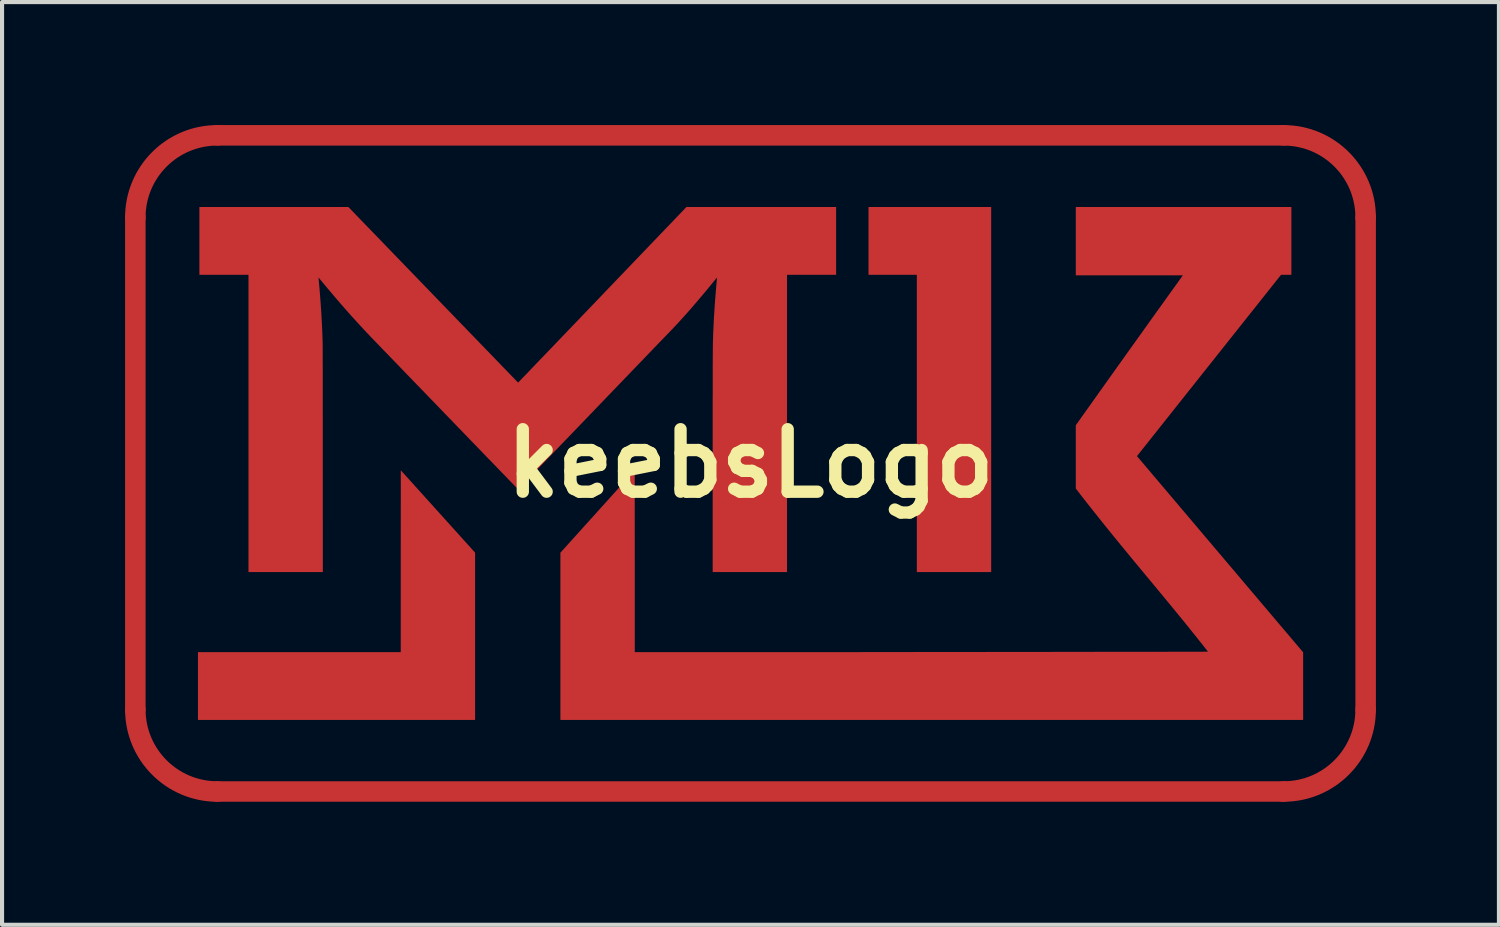
<source format=kicad_pcb>
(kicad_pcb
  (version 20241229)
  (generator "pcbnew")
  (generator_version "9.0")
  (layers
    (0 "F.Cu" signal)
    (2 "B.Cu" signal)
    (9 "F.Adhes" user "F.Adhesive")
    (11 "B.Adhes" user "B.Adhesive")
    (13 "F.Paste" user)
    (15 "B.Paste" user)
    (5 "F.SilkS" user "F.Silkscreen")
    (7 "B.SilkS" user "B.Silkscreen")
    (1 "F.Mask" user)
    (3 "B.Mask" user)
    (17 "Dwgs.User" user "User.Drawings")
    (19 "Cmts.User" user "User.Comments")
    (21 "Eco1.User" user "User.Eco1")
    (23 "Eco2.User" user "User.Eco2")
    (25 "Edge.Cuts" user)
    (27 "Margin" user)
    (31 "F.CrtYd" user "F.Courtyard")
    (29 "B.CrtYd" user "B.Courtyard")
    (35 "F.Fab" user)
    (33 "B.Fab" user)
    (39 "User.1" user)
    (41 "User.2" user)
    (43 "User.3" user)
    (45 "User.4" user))
  (footprint "keebsLogo"
    (layer "F.Cu")
    (at 15.25 8.25)
    (property "Reference" "keebsLogo" (at 0 0 0) (layer "F.SilkS") (effects (font (size 1.524 1.524) (thickness 0.3))))
    (attr through_hole)
    (fp_line (start -15 -6) (end -15 6) (stroke (width 0.5) (type solid)) (layer "F.Cu"))
    (fp_line (start -13 -8) (end 13 -8) (stroke (width 0.5) (type solid)) (layer "F.Cu"))
    (fp_line (start -13 8) (end 13 8) (stroke (width 0.5) (type solid)) (layer "F.Cu"))
    (fp_line (start 15 -6) (end 15 6) (stroke (width 0.5) (type solid)) (layer "F.Cu"))
    (fp_arc (start -15 -6) (mid -14.414214 -7.414214) (end -13 -8) (stroke (width 0.5) (type solid)) (layer "F.Cu"))
    (fp_arc (start -13 8) (mid -14.414214 7.414214) (end -15 6) (stroke (width 0.5) (type solid)) (layer "F.Cu"))
    (fp_arc (start 13 -8) (mid 14.414214 -7.414214) (end 15 -6) (stroke (width 0.5) (type solid)) (layer "F.Cu"))
    (fp_arc (start 15 6) (mid 14.414214 7.414214) (end 13 8) (stroke (width 0.5) (type solid)) (layer "F.Cu"))
    (fp_line (start -15 6) (end -15 -6) (stroke (width 0.5) (type solid)) (layer "F.Mask"))
    (fp_line (start -13 -8) (end 13 -8) (stroke (width 0.5) (type solid)) (layer "F.Mask"))
    (fp_line (start -13 8) (end 13 8) (stroke (width 0.5) (type solid)) (layer "F.Mask"))
    (fp_line (start 15 6) (end 15 -6) (stroke (width 0.5) (type solid)) (layer "F.Mask"))
    (fp_arc (start -15 -6) (mid -14.414214 -7.414214) (end -13 -8) (stroke (width 0.5) (type solid)) (layer "F.Mask"))
    (fp_arc (start -13 8) (mid -14.414214 7.414214) (end -15 6) (stroke (width 0.5) (type solid)) (layer "F.Mask"))
    (fp_arc (start 13 -8) (mid 14.414214 -7.414214) (end 15 -6) (stroke (width 0.5) (type solid)) (layer "F.Mask"))
    (fp_arc (start 15 6) (mid 14.414214 7.414214) (end 13 8) (stroke (width 0.5) (type solid)) (layer "F.Mask"))
    (fp_poly (pts (xy -13 -6) (xy 13 -6) (xy 13 6) (xy -13 6)) (stroke (width 4) (type solid)) (fill yes) (layer "F.Mask"))
    (pad "1" smd custom (at -7.4 2.6) (size 0.5 0.5) (layers "F.Cu" "F.Mask") (options (anchor circle)) (primitives (gr_poly (pts (xy -0.221 -1.421) (xy 0.68 -0.422) (xy 0.68 1.614) (xy 0.68 3.65) (xy -6.068 3.65) (xy -6.068 2.007) (xy -1.123 2.007) (xy -1.123 -0.206) (xy -1.122 -2.42) (xy -0.221 -1.421)) (width 0.01) (fill yes))))
    (pad "1" smd custom (at -5.8 -1.2) (size 0.5 0.5) (layers "F.Cu" "F.Mask") (options (anchor circle)) (primitives (gr_poly (pts (xy 7.883 -3.405) (xy 6.686 -3.405) (xy 6.686 3.844) (xy 4.883 3.844) (xy 4.883 1.207) (xy 4.883 1.062) (xy 4.883 0.923) (xy 4.883 0.788) (xy 4.883 0.658) (xy 4.883 0.533) (xy 4.883 0.412) (xy 4.883 0.296) (xy 4.883 0.185) (xy 4.883 0.077) (xy 4.883 -0.026) (xy 4.883 -0.125) (xy 4.883 -0.22) (xy 4.883 -0.311) (xy 4.883 -0.398) (xy 4.884 -0.482) (xy 4.884 -0.562) (xy 4.884 -0.638) (xy 4.884 -0.711) (xy 4.884 -0.781) (xy 4.884 -0.847) (xy 4.884 -0.91) (xy 4.884 -0.97) (xy 4.884 -1.027) (xy 4.884 -1.082) (xy 4.884 -1.133) (xy 4.884 -1.182) (xy 4.885 -1.228) (xy 4.885 -1.272) (xy 4.885 -1.313) (xy 4.885 -1.353) (xy 4.885 -1.389) (xy 4.885 -1.424) (xy 4.886 -1.457) (xy 4.886 -1.488) (xy 4.886 -1.517) (xy 4.886 -1.544) (xy 4.886 -1.57) (xy 4.887 -1.594) (xy 4.887 -1.617) (xy 4.887 -1.639) (xy 4.887 -1.659) (xy 4.888 -1.678) (xy 4.888 -1.696) (xy 4.888 -1.713) (xy 4.888 -1.729) (xy 4.889 -1.745) (xy 4.889 -1.76) (xy 4.889 -1.774) (xy 4.89 -1.788) (xy 4.89 -1.801) (xy 4.891 -1.815) (xy 4.891 -1.822) (xy 4.896 -1.986) (xy 4.904 -2.153) (xy 4.912 -2.322) (xy 4.923 -2.495) (xy 4.934 -2.671) (xy 4.948 -2.851) (xy 4.963 -3.035) (xy 4.977 -3.201) (xy 4.98 -3.228) (xy 4.982 -3.252) (xy 4.984 -3.275) (xy 4.986 -3.296) (xy 4.987 -3.313) (xy 4.988 -3.327) (xy 4.989 -3.338) (xy 4.989 -3.344) (xy 4.989 -3.345) (xy 4.988 -3.344) (xy 4.983 -3.339) (xy 4.976 -3.331) (xy 4.966 -3.32) (xy 4.955 -3.306) (xy 4.941 -3.29) (xy 4.926 -3.272) (xy 4.91 -3.252) (xy 4.896 -3.235) (xy 4.81 -3.13) (xy 4.727 -3.029) (xy 4.646 -2.932) (xy 4.567 -2.839) (xy 4.49 -2.748) (xy 4.415 -2.661) (xy 4.342 -2.576) (xy 4.27 -2.494) (xy 4.199 -2.414) (xy 4.128 -2.336) (xy 4.059 -2.259) (xy 3.989 -2.184) (xy 3.92 -2.11) (xy 3.851 -2.038) (xy 3.781 -1.965) (xy 3.72 -1.902) (xy 3.714 -1.897) (xy 3.705 -1.887) (xy 3.693 -1.875) (xy 3.678 -1.859) (xy 3.659 -1.839) (xy 3.637 -1.816) (xy 3.612 -1.791) (xy 3.584 -1.762) (xy 3.553 -1.73) (xy 3.52 -1.695) (xy 3.483 -1.657) (xy 3.444 -1.617) (xy 3.403 -1.573) (xy 3.359 -1.528) (xy 3.313 -1.48) (xy 3.264 -1.429) (xy 3.213 -1.376) (xy 3.16 -1.321) (xy 3.104 -1.263) (xy 3.047 -1.204) (xy 2.988 -1.142) (xy 2.927 -1.079) (xy 2.864 -1.014) (xy 2.8 -0.946) (xy 2.734 -0.878) (xy 2.666 -0.807) (xy 2.597 -0.736) (xy 2.526 -0.662) (xy 2.455 -0.588) (xy 2.382 -0.512) (xy 2.307 -0.435) (xy 2.232 -0.356) (xy 2.156 -0.277) (xy 2.079 -0.197) (xy 2.001 -0.116) (xy 1.923 -0.034) (xy 1.886 0.003) (xy 1.808 0.085) (xy 1.73 0.166) (xy 1.654 0.245) (xy 1.578 0.324) (xy 1.503 0.402) (xy 1.43 0.478) (xy 1.358 0.553) (xy 1.287 0.627) (xy 1.217 0.699) (xy 1.149 0.77) (xy 1.083 0.839) (xy 1.018 0.906) (xy 0.955 0.972) (xy 0.893 1.036) (xy 0.833 1.098) (xy 0.776 1.158) (xy 0.72 1.216) (xy 0.666 1.272) (xy 0.614 1.326) (xy 0.565 1.377) (xy 0.518 1.426) (xy 0.473 1.472) (xy 0.431 1.516) (xy 0.391 1.558) (xy 0.353 1.597) (xy 0.319 1.633) (xy 0.287 1.666) (xy 0.258 1.696) (xy 0.231 1.723) (xy 0.208 1.747) (xy 0.188 1.768) (xy 0.171 1.786) (xy 0.157 1.801) (xy 0.146 1.812) (xy 0.138 1.819) (xy 0.134 1.823) (xy 0.133 1.824) (xy 0.132 1.822) (xy 0.126 1.817) (xy 0.118 1.808) (xy 0.106 1.796) (xy 0.091 1.78) (xy 0.073 1.762) (xy 0.052 1.74) (xy 0.028 1.715) (xy 0.001 1.687) (xy -0.029 1.657) (xy -0.061 1.624) (xy -0.096 1.588) (xy -0.133 1.549) (xy -0.172 1.508) (xy -0.214 1.465) (xy -0.258 1.42) (xy -0.304 1.372) (xy -0.352 1.323) (xy -0.402 1.271) (xy -0.454 1.217) (xy -0.507 1.162) (xy -0.562 1.105) (xy -0.619 1.047) (xy -0.677 0.987) (xy -0.736 0.925) (xy -0.797 0.862) (xy -0.859 0.798) (xy -0.922 0.733) (xy -0.986 0.667) (xy -1.051 0.6) (xy -1.116 0.532) (xy -1.183 0.463) (xy -1.25 0.393) (xy -1.318 0.323) (xy -1.386 0.253) (xy -1.454 0.182) (xy -1.523 0.111) (xy -1.592 0.04) (xy -1.661 -0.032) (xy -1.73 -0.103) (xy -1.799 -0.175) (xy -1.868 -0.246) (xy -1.936 -0.317) (xy -2.004 -0.387) (xy -2.072 -0.457) (xy -2.139 -0.527) (xy -2.206 -0.596) (xy -2.272 -0.664) (xy -2.337 -0.731) (xy -2.401 -0.798) (xy -2.464 -0.863) (xy -2.526 -0.927) (xy -2.587 -0.99) (xy -2.647 -1.052) (xy -2.705 -1.113) (xy -2.762 -1.172) (xy -2.817 -1.229) (xy -2.871 -1.285) (xy -2.923 -1.338) (xy -2.973 -1.39) (xy -3.022 -1.441) (xy -3.068 -1.489) (xy -3.113 -1.534) (xy -3.155 -1.578) (xy -3.195 -1.619) (xy -3.232 -1.658) (xy -3.267 -1.695) (xy -3.3 -1.729) (xy -3.33 -1.76) (xy -3.357 -1.788) (xy -3.382 -1.813) (xy -3.403 -1.836) (xy -3.422 -1.855) (xy -3.438 -1.871) (xy -3.45 -1.884) (xy -3.459 -1.894) (xy -3.465 -1.9) (xy -3.577 -2.018) (xy -3.691 -2.141) (xy -3.807 -2.267) (xy -3.925 -2.397) (xy -4.043 -2.53) (xy -4.162 -2.666) (xy -4.281 -2.803) (xy -4.4 -2.943) (xy -4.519 -3.084) (xy -4.637 -3.226) (xy -4.699 -3.301) (xy -4.71 -3.314) (xy -4.72 -3.326) (xy -4.728 -3.336) (xy -4.734 -3.343) (xy -4.738 -3.347) (xy -4.739 -3.348) (xy -4.739 -3.345) (xy -4.739 -3.338) (xy -4.738 -3.327) (xy -4.737 -3.312) (xy -4.735 -3.295) (xy -4.733 -3.276) (xy -4.731 -3.254) (xy -4.731 -3.251) (xy -4.716 -3.085) (xy -4.703 -2.924) (xy -4.691 -2.767) (xy -4.68 -2.614) (xy -4.67 -2.464) (xy -4.662 -2.317) (xy -4.654 -2.172) (xy -4.651 -2.109) (xy -4.65 -2.086) (xy -4.649 -2.064) (xy -4.648 -2.043) (xy -4.647 -2.022) (xy -4.647 -2.001) (xy -4.646 -1.98) (xy -4.645 -1.958) (xy -4.644 -1.934) (xy -4.643 -1.907) (xy -4.642 -1.878) (xy -4.641 -1.846) (xy -4.639 -1.809) (xy -4.638 -1.768) (xy -4.638 -1.764) (xy -4.638 -1.758) (xy -4.638 -1.748) (xy -4.637 -1.736) (xy -4.637 -1.721) (xy -4.637 -1.702) (xy -4.637 -1.68) (xy -4.637 -1.655) (xy -4.637 -1.626) (xy -4.637 -1.594) (xy -4.636 -1.559) (xy -4.636 -1.519) (xy -4.636 -1.477) (xy -4.636 -1.431) (xy -4.636 -1.381) (xy -4.636 -1.327) (xy -4.636 -1.269) (xy -4.636 -1.208) (xy -4.635 -1.143) (xy -4.635 -1.073) (xy -4.635 -1) (xy -4.635 -0.923) (xy -4.635 -0.841) (xy -4.635 -0.755) (xy -4.635 -0.665) (xy -4.635 -0.571) (xy -4.635 -0.473) (xy -4.635 -0.37) (xy -4.635 -0.262) (xy -4.635 -0.15) (xy -4.635 -0.033) (xy -4.634 0.088) (xy -4.634 0.214) (xy -4.634 0.345) (xy -4.634 0.48) (xy -4.634 0.62) (xy -4.634 0.766) (xy -4.634 0.916) (xy -4.634 1.071) (xy -4.634 1.081) (xy -4.633 3.844) (xy -6.436 3.844) (xy -6.436 -3.405) (xy -7.633 -3.405) (xy -7.633 -5.048) (xy -5.82 -5.048) (xy -4.007 -5.047) (xy -1.937 -2.905) (xy -1.852 -2.817) (xy -1.767 -2.73) (xy -1.684 -2.643) (xy -1.601 -2.557) (xy -1.519 -2.473) (xy -1.439 -2.39) (xy -1.36 -2.308) (xy -1.282 -2.227) (xy -1.205 -2.148) (xy -1.13 -2.07) (xy -1.056 -1.993) (xy -0.984 -1.919) (xy -0.913 -1.846) (xy -0.844 -1.774) (xy -0.777 -1.705) (xy -0.711 -1.637) (xy -0.648 -1.571) (xy -0.586 -1.508) (xy -0.527 -1.446) (xy -0.469 -1.387) (xy -0.414 -1.329) (xy -0.361 -1.275) (xy -0.31 -1.222) (xy -0.262 -1.172) (xy -0.216 -1.124) (xy -0.172 -1.08) (xy -0.131 -1.037) (xy -0.093 -0.998) (xy -0.058 -0.961) (xy -0.025 -0.927) (xy 0.005 -0.897) (xy 0.032 -0.869) (xy 0.056 -0.844) (xy 0.077 -0.822) (xy 0.094 -0.804) (xy 0.109 -0.789) (xy 0.12 -0.777) (xy 0.128 -0.769) (xy 0.133 -0.765) (xy 0.134 -0.763) (xy 0.136 -0.765) (xy 0.141 -0.771) (xy 0.149 -0.78) (xy 0.161 -0.792) (xy 0.177 -0.808) (xy 0.195 -0.827) (xy 0.216 -0.849) (xy 0.241 -0.875) (xy 0.268 -0.903) (xy 0.299 -0.935) (xy 0.332 -0.969) (xy 0.368 -1.007) (xy 0.406 -1.047) (xy 0.447 -1.09) (xy 0.491 -1.136) (xy 0.537 -1.184) (xy 0.586 -1.235) (xy 0.637 -1.288) (xy 0.69 -1.343) (xy 0.746 -1.401) (xy 0.804 -1.461) (xy 0.863 -1.523) (xy 0.925 -1.588) (xy 0.989 -1.654) (xy 1.054 -1.722) (xy 1.121 -1.793) (xy 1.19 -1.864) (xy 1.261 -1.938) (xy 1.333 -2.014) (xy 1.407 -2.09) (xy 1.482 -2.169) (xy 1.559 -2.249) (xy 1.637 -2.33) (xy 1.716 -2.413) (xy 1.796 -2.496) (xy 1.877 -2.581) (xy 1.96 -2.667) (xy 2.043 -2.754) (xy 2.128 -2.842) (xy 2.188 -2.906) (xy 4.241 -5.048) (xy 7.883 -5.048) (xy 7.883 -3.405)) (width 0.01) (fill yes))))
    (pad "1" smd custom (at -3.8 3.2) (size 0.5 0.5) (layers "F.Cu" "F.Mask") (options (anchor circle)) (primitives (gr_poly (pts (xy 16.984 -7.805) (xy 16.859 -7.804) (xy 16.734 -7.804) (xy 15.017 -5.643) (xy 14.943 -5.55) (xy 14.87 -5.458) (xy 14.797 -5.367) (xy 14.726 -5.277) (xy 14.655 -5.188) (xy 14.586 -5.1) (xy 14.517 -5.014) (xy 14.449 -4.929) (xy 14.383 -4.845) (xy 14.318 -4.763) (xy 14.254 -4.683) (xy 14.191 -4.604) (xy 14.13 -4.527) (xy 14.071 -4.452) (xy 14.013 -4.379) (xy 13.956 -4.308) (xy 13.901 -4.239) (xy 13.848 -4.172) (xy 13.797 -4.108) (xy 13.748 -4.046) (xy 13.701 -3.986) (xy 13.655 -3.929) (xy 13.612 -3.875) (xy 13.571 -3.823) (xy 13.532 -3.774) (xy 13.496 -3.728) (xy 13.461 -3.685) (xy 13.43 -3.645) (xy 13.4 -3.608) (xy 13.373 -3.574) (xy 13.349 -3.544) (xy 13.328 -3.517) (xy 13.309 -3.493) (xy 13.293 -3.473) (xy 13.28 -3.457) (xy 13.27 -3.444) (xy 13.263 -3.435) (xy 13.259 -3.43) (xy 13.259 -3.43) (xy 13.217 -3.378) (xy 17.271 1.408) (xy 17.271 3.05) (xy -0.83 3.05) (xy -0.83 -1.021) (xy 0.071 -2.02) (xy 0.972 -3.019) (xy 0.973 -0.806) (xy 0.973 1.407) (xy 3.448 1.407) (xy 3.544 1.407) (xy 3.646 1.407) (xy 3.752 1.407) (xy 3.863 1.407) (xy 3.978 1.407) (xy 4.098 1.407) (xy 4.221 1.407) (xy 4.349 1.407) (xy 4.48 1.407) (xy 4.614 1.407) (xy 4.753 1.407) (xy 4.894 1.407) (xy 5.038 1.406) (xy 5.186 1.406) (xy 5.336 1.406) (xy 5.488 1.406) (xy 5.643 1.406) (xy 5.8 1.406) (xy 5.959 1.406) (xy 6.12 1.406) (xy 6.283 1.406) (xy 6.447 1.406) (xy 6.613 1.405) (xy 6.78 1.405) (xy 6.948 1.405) (xy 7.116 1.405) (xy 7.286 1.405) (xy 7.456 1.405) (xy 7.626 1.405) (xy 7.797 1.404) (xy 7.967 1.404) (xy 8.137 1.404) (xy 8.307 1.404) (xy 8.477 1.404) (xy 8.646 1.404) (xy 8.814 1.403) (xy 8.981 1.403) (xy 9.147 1.403) (xy 9.311 1.403) (xy 9.474 1.403) (xy 9.636 1.402) (xy 9.795 1.402) (xy 9.953 1.402) (xy 10.013 1.402) (xy 10.16 1.402) (xy 10.305 1.402) (xy 10.45 1.401) (xy 10.594 1.401) (xy 10.736 1.401) (xy 10.878 1.401) (xy 11.018 1.401) (xy 11.158 1.401) (xy 11.295 1.4) (xy 11.432 1.4) (xy 11.566 1.4) (xy 11.699 1.4) (xy 11.831 1.4) (xy 11.96 1.4) (xy 12.088 1.4) (xy 12.213 1.399) (xy 12.336 1.399) (xy 12.457 1.399) (xy 12.576 1.399) (xy 12.692 1.399) (xy 12.806 1.399) (xy 12.917 1.399) (xy 13.025 1.398) (xy 13.13 1.398) (xy 13.233 1.398) (xy 13.332 1.398) (xy 13.428 1.398) (xy 13.521 1.398) (xy 13.611 1.398) (xy 13.697 1.398) (xy 13.78 1.398) (xy 13.859 1.398) (xy 13.935 1.398) (xy 14.006 1.397) (xy 14.074 1.397) (xy 14.138 1.397) (xy 14.198 1.397) (xy 14.253 1.397) (xy 14.304 1.397) (xy 14.351 1.397) (xy 14.393 1.397) (xy 14.431 1.397) (xy 14.464 1.397) (xy 14.492 1.397) (xy 14.515 1.397) (xy 14.534 1.397) (xy 14.535 1.397) (xy 14.594 1.397) (xy 14.648 1.397) (xy 14.699 1.397) (xy 14.745 1.397) (xy 14.787 1.397) (xy 14.825 1.396) (xy 14.859 1.396) (xy 14.888 1.396) (xy 14.913 1.396) (xy 14.932 1.396) (xy 14.948 1.395) (xy 14.958 1.395) (xy 14.963 1.395) (xy 14.964 1.395) (xy 14.962 1.392) (xy 14.958 1.385) (xy 14.95 1.375) (xy 14.94 1.362) (xy 14.927 1.346) (xy 14.912 1.327) (xy 14.895 1.305) (xy 14.877 1.282) (xy 14.856 1.256) (xy 14.835 1.228) (xy 14.812 1.199) (xy 14.788 1.169) (xy 14.763 1.138) (xy 14.737 1.106) (xy 14.711 1.073) (xy 14.685 1.04) (xy 14.659 1.007) (xy 14.633 0.975) (xy 14.607 0.942) (xy 14.581 0.911) (xy 14.557 0.88) (xy 14.533 0.851) (xy 14.51 0.823) (xy 14.507 0.818) (xy 14.473 0.776) (xy 14.44 0.735) (xy 14.407 0.695) (xy 14.374 0.654) (xy 14.341 0.613) (xy 14.307 0.572) (xy 14.273 0.53) (xy 14.238 0.488) (xy 14.203 0.444) (xy 14.166 0.4) (xy 14.129 0.354) (xy 14.089 0.306) (xy 14.049 0.257) (xy 14.007 0.206) (xy 13.962 0.152) (xy 13.916 0.096) (xy 13.868 0.038) (xy 13.817 -0.024) (xy 13.764 -0.088) (xy 13.708 -0.156) (xy 13.649 -0.227) (xy 13.587 -0.302) (xy 13.577 -0.314) (xy 13.517 -0.386) (xy 13.46 -0.454) (xy 13.407 -0.519) (xy 13.356 -0.58) (xy 13.308 -0.638) (xy 13.262 -0.694) (xy 13.218 -0.746) (xy 13.177 -0.796) (xy 13.137 -0.844) (xy 13.1 -0.889) (xy 13.064 -0.933) (xy 13.03 -0.975) (xy 12.997 -1.015) (xy 12.965 -1.053) (xy 12.934 -1.091) (xy 12.904 -1.127) (xy 12.875 -1.163) (xy 12.846 -1.198) (xy 12.818 -1.232) (xy 12.79 -1.267) (xy 12.762 -1.301) (xy 12.734 -1.335) (xy 12.706 -1.37) (xy 12.677 -1.405) (xy 12.666 -1.418) (xy 12.565 -1.543) (xy 12.465 -1.667) (xy 12.367 -1.789) (xy 12.271 -1.909) (xy 12.177 -2.027) (xy 12.086 -2.142) (xy 11.997 -2.255) (xy 11.911 -2.365) (xy 11.829 -2.471) (xy 11.801 -2.507) (xy 11.737 -2.59) (xy 11.737 -4.129) (xy 11.995 -4.492) (xy 12.109 -4.652) (xy 12.223 -4.812) (xy 12.336 -4.971) (xy 12.449 -5.13) (xy 12.561 -5.287) (xy 12.672 -5.443) (xy 12.782 -5.598) (xy 12.892 -5.751) (xy 12.999 -5.902) (xy 13.106 -6.051) (xy 13.211 -6.198) (xy 13.315 -6.343) (xy 13.416 -6.485) (xy 13.516 -6.625) (xy 13.614 -6.762) (xy 13.71 -6.896) (xy 13.804 -7.026) (xy 13.895 -7.154) (xy 13.984 -7.278) (xy 14.07 -7.398) (xy 14.154 -7.514) (xy 14.21 -7.592) (xy 14.352 -7.791) (xy 13.045 -7.791) (xy 11.737 -7.792) (xy 11.737 -9.448) (xy 16.984 -9.448) (xy 16.984 -7.805)) (width 0.01) (fill yes))))
    (pad "1" smd custom (at 5 -1.4) (size 0.5 0.5) (layers "F.Cu" "F.Mask") (options (anchor circle)) (primitives (gr_poly (pts (xy 0.864 4.044) (xy -0.939 4.044) (xy -0.939 -3.205) (xy -2.117 -3.205) (xy -2.117 -4.848) (xy 0.864 -4.848) (xy 0.864 4.044)) (width 0.01) (fill yes)))))
  (gr_rect
    (start -3 -3)
    (end 33.5 19.5)
    (stroke (width 0.1) (type default))
    (fill no)
    (layer "Edge.Cuts")))
</source>
